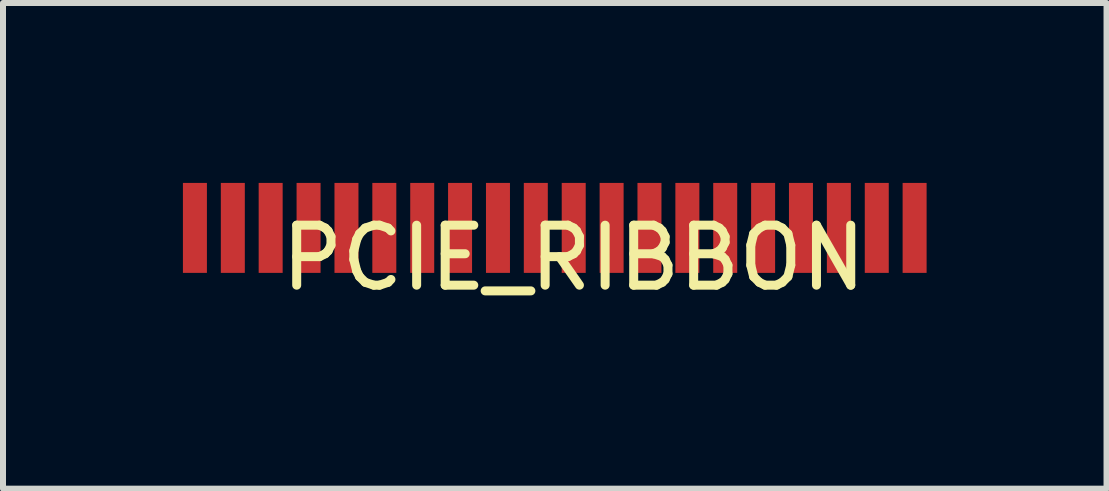
<source format=kicad_pcb>
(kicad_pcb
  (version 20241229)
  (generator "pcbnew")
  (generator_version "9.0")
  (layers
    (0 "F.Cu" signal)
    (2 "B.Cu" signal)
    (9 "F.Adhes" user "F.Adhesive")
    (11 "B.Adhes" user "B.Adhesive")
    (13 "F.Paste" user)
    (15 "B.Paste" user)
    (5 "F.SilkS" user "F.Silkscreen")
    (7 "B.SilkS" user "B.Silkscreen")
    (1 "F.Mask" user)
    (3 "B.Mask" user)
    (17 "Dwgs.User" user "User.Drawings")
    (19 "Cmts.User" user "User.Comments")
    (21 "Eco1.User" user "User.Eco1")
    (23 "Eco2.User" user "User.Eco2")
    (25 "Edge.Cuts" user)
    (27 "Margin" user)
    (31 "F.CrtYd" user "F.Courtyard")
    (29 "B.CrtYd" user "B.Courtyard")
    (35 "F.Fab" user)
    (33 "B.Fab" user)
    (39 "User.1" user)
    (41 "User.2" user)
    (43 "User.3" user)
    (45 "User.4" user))
  (footprint "PCIE_RIBBON"
    (layer "F.Cu")
    (at 6.516 0.75)
    (property "Reference" "PCIE_RIBBON" (at 0 0.5 0) (layer "F.SilkS") (effects (font (size 1 1) (thickness 0.15))))
    (attr through_hole)
    (pad "1" smd rect (at -6.316 0) (size 0.4 1.5) (layers "F.Cu" "F.Mask" "F.Paste"))
    (pad "2" smd rect (at -5.684 0) (size 0.4 1.5) (layers "F.Cu" "F.Mask" "F.Paste"))
    (pad "3" smd rect (at -5.053 0) (size 0.4 1.5) (layers "F.Cu" "F.Mask" "F.Paste"))
    (pad "4" smd rect (at -4.421 0) (size 0.4 1.5) (layers "F.Cu" "F.Mask" "F.Paste"))
    (pad "5" smd rect (at -3.789 0) (size 0.4 1.5) (layers "F.Cu" "F.Mask" "F.Paste"))
    (pad "6" smd rect (at -3.158 0) (size 0.4 1.5) (layers "F.Cu" "F.Mask" "F.Paste"))
    (pad "7" smd rect (at -2.526 0) (size 0.4 1.5) (layers "F.Cu" "F.Mask" "F.Paste"))
    (pad "8" smd rect (at -1.895 0) (size 0.4 1.5) (layers "F.Cu" "F.Mask" "F.Paste"))
    (pad "9" smd rect (at -1.263 0) (size 0.4 1.5) (layers "F.Cu" "F.Mask" "F.Paste"))
    (pad "10" smd rect (at -0.632 0) (size 0.4 1.5) (layers "F.Cu" "F.Mask" "F.Paste"))
    (pad "11" smd rect (at 0 0) (size 0.4 1.5) (layers "F.Cu" "F.Mask" "F.Paste"))
    (pad "12" smd rect (at 0.632 0) (size 0.4 1.5) (layers "F.Cu" "F.Mask" "F.Paste"))
    (pad "13" smd rect (at 1.263 0) (size 0.4 1.5) (layers "F.Cu" "F.Mask" "F.Paste"))
    (pad "14" smd rect (at 1.895 0) (size 0.4 1.5) (layers "F.Cu" "F.Mask" "F.Paste"))
    (pad "15" smd rect (at 2.526 0) (size 0.4 1.5) (layers "F.Cu" "F.Mask" "F.Paste"))
    (pad "16" smd rect (at 3.158 0) (size 0.4 1.5) (layers "F.Cu" "F.Mask" "F.Paste"))
    (pad "17" smd rect (at 3.789 0) (size 0.4 1.5) (layers "F.Cu" "F.Mask" "F.Paste"))
    (pad "18" smd rect (at 4.421 0) (size 0.4 1.5) (layers "F.Cu" "F.Mask" "F.Paste"))
    (pad "19" smd rect (at 5.053 0) (size 0.4 1.5) (layers "F.Cu" "F.Mask" "F.Paste"))
    (pad "20" smd rect (at 5.684 0) (size 0.4 1.5) (layers "F.Cu" "F.Mask" "F.Paste")))
  (gr_rect
    (start -3 -3)
    (end 15.4 5.098)
    (stroke (width 0.1) (type default))
    (fill no)
    (layer "Edge.Cuts")))
</source>
